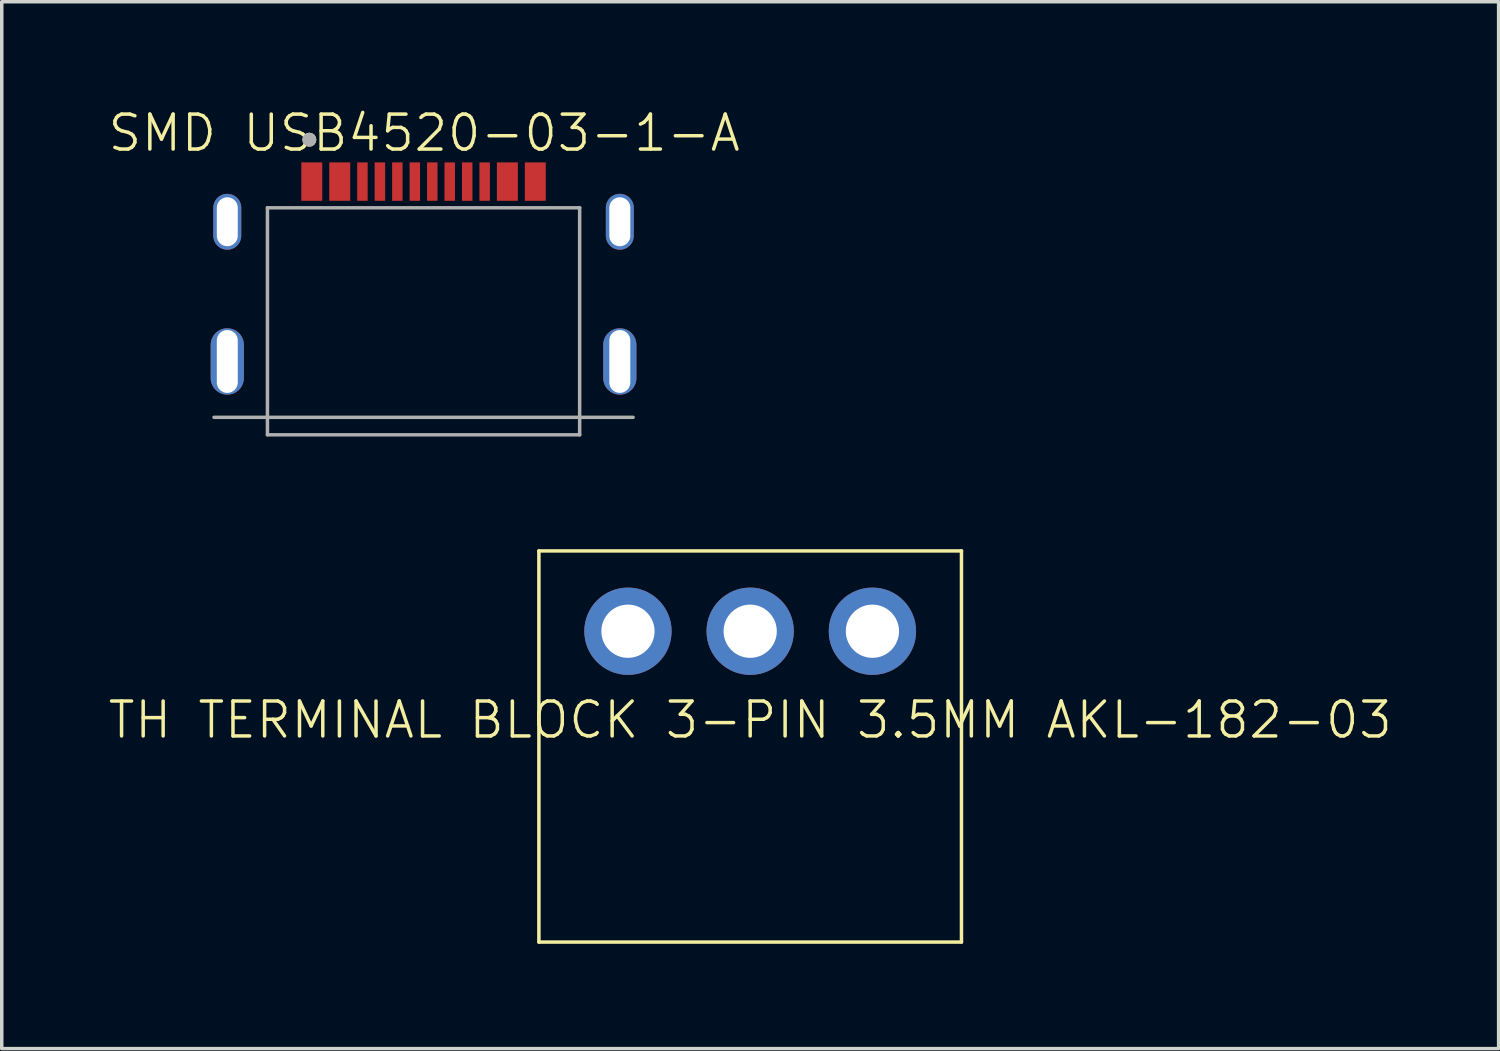
<source format=kicad_pcb>
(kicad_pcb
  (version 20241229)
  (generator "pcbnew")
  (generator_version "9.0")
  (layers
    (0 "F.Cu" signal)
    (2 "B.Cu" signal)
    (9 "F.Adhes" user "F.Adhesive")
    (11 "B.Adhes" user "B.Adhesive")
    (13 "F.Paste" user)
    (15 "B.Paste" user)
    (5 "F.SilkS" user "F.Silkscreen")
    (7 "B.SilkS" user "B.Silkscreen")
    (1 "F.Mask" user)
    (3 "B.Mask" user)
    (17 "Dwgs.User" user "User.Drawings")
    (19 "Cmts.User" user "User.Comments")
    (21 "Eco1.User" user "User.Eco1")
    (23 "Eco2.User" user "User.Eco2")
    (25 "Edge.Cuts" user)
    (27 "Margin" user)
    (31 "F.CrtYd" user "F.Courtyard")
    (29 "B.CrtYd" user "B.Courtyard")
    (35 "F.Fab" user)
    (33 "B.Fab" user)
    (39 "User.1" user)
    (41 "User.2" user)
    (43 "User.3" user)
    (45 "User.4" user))
  (footprint "SMD USB4520-03-1-A"
    (layer "F.Cu")
    (at 9.098 5.84)
    (property "Reference" "SMD USB4520-03-1-A" (at 0 -5.08 0) (unlocked yes) (layer "F.SilkS") (effects (font (size 1 1) (thickness 0.1))))
    (fp_circle (center -3.29 -4.89) (end -3.19 -4.89) (stroke (width 0.2) (type solid)) (fill no) (layer "F.SilkS"))
    (fp_line (start -6.02 3.06) (end 5.98 3.06) (stroke (width 0.1) (type solid)) (layer "F.Fab"))
    (fp_line (start -4.49 -2.94) (end 4.45 -2.94) (stroke (width 0.1) (type solid)) (layer "F.Fab"))
    (fp_line (start -4.49 3.56) (end -4.49 -2.94) (stroke (width 0.1) (type solid)) (layer "F.Fab"))
    (fp_line (start -4.49 3.56) (end 4.45 3.56) (stroke (width 0.1) (type solid)) (layer "F.Fab"))
    (fp_line (start 4.45 3.56) (end 4.45 -2.94) (stroke (width 0.1) (type solid)) (layer "F.Fab"))
    (fp_circle (center -3.29 -4.89) (end -3.19 -4.89) (stroke (width 0.2) (type solid)) (fill no) (layer "F.Fab"))
    (fp_line (start -6.39 -4.49) (end 6.35 -4.49) (stroke (width 0.05) (type solid)) (layer "User.9"))
    (fp_line (start -6.39 3.81) (end -6.39 -4.49) (stroke (width 0.05) (type solid)) (layer "User.9"))
    (fp_line (start -6.39 3.81) (end 6.35 3.81) (stroke (width 0.05) (type solid)) (layer "User.9"))
    (fp_line (start -6.35 3.06) (end -4.64 3.06) (stroke (width 0.01) (type solid)) (layer "User.9"))
    (fp_line (start -4.64 3.06) (end -4.64 -3.14) (stroke (width 0.01) (type solid)) (layer "User.9"))
    (fp_line (start -3.84 -3.14) (end 3.8 -3.14) (stroke (width 0.01) (type solid)) (layer "User.9"))
    (fp_line (start 4.6 -3.14) (end 4.6 3.06) (stroke (width 0.01) (type solid)) (layer "User.9"))
    (fp_line (start 4.6 3.06) (end 6.34 3.06) (stroke (width 0.01) (type solid)) (layer "User.9"))
    (fp_line (start 6.35 3.81) (end 6.35 -4.49) (stroke (width 0.05) (type solid)) (layer "User.9"))
    (fp_arc (start -4.64 -3.14) (mid -4.560343 -3.40731) (end -4.315 -3.54) (stroke (width 0.01) (type solid)) (layer "User.9"))
    (fp_arc (start -4.315 -3.54) (mid -4.09451 -3.46731) (end -3.99 -3.26) (stroke (width 0.01) (type solid)) (layer "User.9"))
    (fp_arc (start -3.84 -3.14) (mid -3.939853 -3.168934) (end -3.99 -3.26) (stroke (width 0.01) (type solid)) (layer "User.9"))
    (fp_arc (start 3.95 -3.26) (mid 3.899853 -3.168935) (end 3.8 -3.14) (stroke (width 0.01) (type solid)) (layer "User.9"))
    (fp_arc (start 3.95 -3.26) (mid 4.05451 -3.46731) (end 4.275 -3.54) (stroke (width 0.01) (type solid)) (layer "User.9"))
    (fp_arc (start 4.275 -3.54) (mid 4.520343 -3.40731) (end 4.6 -3.14) (stroke (width 0.01) (type solid)) (layer "User.9"))
    (pad "A1_B12" smd rect (at -3.22 -3.69) (size 0.6 1.1) (layers "F.Cu" "F.Mask" "F.Paste"))
    (pad "A4_B9" smd rect (at -2.42 -3.69) (size 0.6 1.1) (layers "F.Cu" "F.Mask" "F.Paste"))
    (pad "A5" smd rect (at -1.27 -3.69) (size 0.3 1.1) (layers "F.Cu" "F.Mask" "F.Paste"))
    (pad "A6" smd rect (at -0.27 -3.69) (size 0.3 1.1) (layers "F.Cu" "F.Mask" "F.Paste"))
    (pad "A7" smd rect (at 0.23 -3.69) (size 0.3 1.1) (layers "F.Cu" "F.Mask" "F.Paste"))
    (pad "A8" smd rect (at 1.23 -3.69) (size 0.3 1.1) (layers "F.Cu" "F.Mask" "F.Paste"))
    (pad "B1_A12" smd rect (at 3.18 -3.69) (size 0.6 1.1) (layers "F.Cu" "F.Mask" "F.Paste"))
    (pad "B4_A9" smd rect (at 2.38 -3.69) (size 0.6 1.1) (layers "F.Cu" "F.Mask" "F.Paste"))
    (pad "B5" smd rect (at 1.73 -3.69) (size 0.3 1.1) (layers "F.Cu" "F.Mask" "F.Paste"))
    (pad "B6" smd rect (at 0.73 -3.69) (size 0.3 1.1) (layers "F.Cu" "F.Mask" "F.Paste"))
    (pad "B7" smd rect (at -0.77 -3.69) (size 0.3 1.1) (layers "F.Cu" "F.Mask" "F.Paste"))
    (pad "B8" smd rect (at -1.77 -3.69) (size 0.3 1.1) (layers "F.Cu" "F.Mask" "F.Paste"))
    (pad "S1" thru_hole oval (at -5.64 1.46) (size 0.95 1.9) (drill oval 0.6 1.8) (layers "*.Cu" "*.Mask"))
    (pad "S2" thru_hole oval (at 5.6 -2.54) (size 0.8 1.6) (drill oval 0.6 1.4) (layers "*.Cu" "*.Mask"))
    (pad "S3" thru_hole oval (at -5.64 -2.54) (size 0.8 1.6) (drill oval 0.6 1.4) (layers "*.Cu" "*.Mask"))
    (pad "S4" thru_hole oval (at 5.6 1.46) (size 0.95 1.9) (drill oval 0.6 1.8) (layers "*.Cu" "*.Mask")))
  (footprint "TH TERMINAL BLOCK 3-PIN 3.5MM AKL-182-03"
    (layer "F.Cu")
    (at 18.431 15.025)
    (property "Reference" "TH TERMINAL BLOCK 3-PIN 3.5MM AKL-182-03" (at 0 2.54 0) (unlocked yes) (layer "F.SilkS") (effects (font (size 1 1) (thickness 0.1))))
    (attr through_hole)
    (fp_line (start -6.05 -2.3) (end -6.05 8.9) (stroke (width 0.1) (type default)) (layer "F.SilkS"))
    (fp_line (start -6.05 -2.3) (end 6.05 -2.3) (stroke (width 0.1) (type default)) (layer "F.SilkS"))
    (fp_line (start -6.05 8.9) (end 6.05 8.9) (stroke (width 0.1) (type default)) (layer "F.SilkS"))
    (fp_line (start 6.05 -2.3) (end 6.05 8.9) (stroke (width 0.1) (type default)) (layer "F.SilkS"))
    (pad "1" thru_hole circle (at -3.5 0) (size 2.5 2.5) (drill 1.524) (layers "*.Cu" "*.Mask"))
    (pad "2" thru_hole circle (at 0 0) (size 2.5 2.5) (drill 1.524) (layers "*.Cu" "*.Mask"))
    (pad "3" thru_hole circle (at 3.5 0) (size 2.5 2.5) (drill 1.524) (layers "*.Cu" "*.Mask")))
  (gr_rect
    (start -3 -3)
    (end 39.862 26.976)
    (stroke (width 0.1) (type default))
    (fill no)
    (layer "Edge.Cuts")))
</source>
